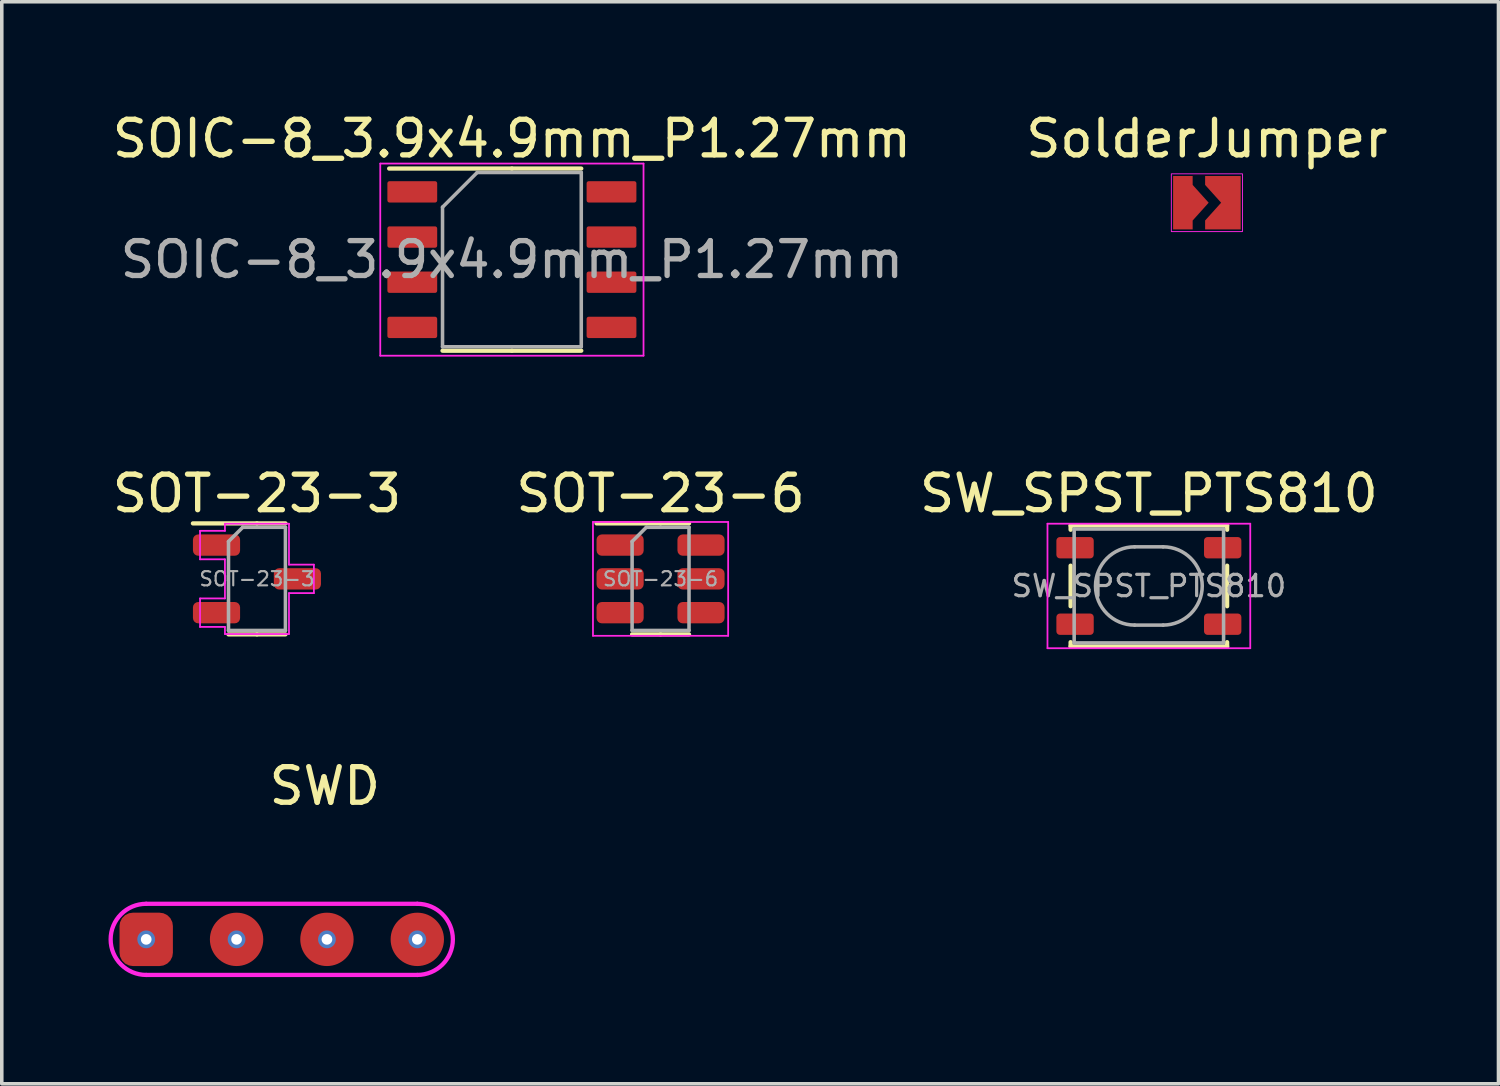
<source format=kicad_pcb>
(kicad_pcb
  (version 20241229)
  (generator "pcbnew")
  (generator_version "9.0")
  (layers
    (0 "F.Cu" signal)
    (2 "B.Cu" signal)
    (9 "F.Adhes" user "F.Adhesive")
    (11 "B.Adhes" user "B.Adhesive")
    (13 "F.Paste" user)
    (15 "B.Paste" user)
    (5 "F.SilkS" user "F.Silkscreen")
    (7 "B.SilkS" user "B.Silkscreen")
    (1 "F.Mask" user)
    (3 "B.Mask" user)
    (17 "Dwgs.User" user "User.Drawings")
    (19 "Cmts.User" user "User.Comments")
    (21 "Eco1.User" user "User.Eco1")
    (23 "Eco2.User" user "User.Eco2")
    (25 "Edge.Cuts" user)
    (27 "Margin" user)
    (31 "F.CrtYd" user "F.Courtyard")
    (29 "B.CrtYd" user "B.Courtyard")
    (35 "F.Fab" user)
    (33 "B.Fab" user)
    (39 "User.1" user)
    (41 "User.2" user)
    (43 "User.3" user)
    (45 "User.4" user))
  (footprint "SWD"
    (layer "F.Cu")
    (at 4.87 23.355)
    (property "Reference" "SWD" (at 1.21 -4.31 0) (unlocked yes) (layer "F.SilkS") (effects (font (size 1 1) (thickness 0.15))))
    (fp_line (start -3.81 -1) (end 3.81 -1) (stroke (width 0.12) (type default)) (layer "F.CrtYd"))
    (fp_line (start 3.81 1) (end -3.81 1) (stroke (width 0.12) (type default)) (layer "F.CrtYd"))
    (fp_arc (start -3.81 1) (mid -4.81 0) (end -3.81 -1) (stroke (width 0.12) (type default)) (layer "F.CrtYd"))
    (fp_arc (start 3.81 -1) (mid 4.81 0) (end 3.81 1) (stroke (width 0.12) (type default)) (layer "F.CrtYd"))
    (pad "1" thru_hole circle (at -3.81 0) (size 0.5 0.5) (drill 0.3) (layers "*.Cu" "F.Mask"))
    (pad "1" smd roundrect (at -3.81 0) (size 1.5 1.5) (layers "F.Cu" "F.Mask") (roundrect_rratio 0.25))
    (pad "2" thru_hole circle (at -1.27 0) (size 0.5 0.5) (drill 0.3) (layers "*.Cu" "F.Mask"))
    (pad "2" smd circle (at -1.27 0) (size 1.5 1.5) (layers "F.Cu" "F.Mask"))
    (pad "3" thru_hole circle (at 1.27 0) (size 0.5 0.5) (drill 0.3) (layers "*.Cu" "F.Mask"))
    (pad "3" smd circle (at 1.27 0) (size 1.5 1.5) (layers "F.Cu" "F.Mask"))
    (pad "4" thru_hole circle (at 3.81 0) (size 0.5 0.5) (drill 0.3) (layers "*.Cu" "F.Mask"))
    (pad "4" smd circle (at 3.81 0) (size 1.5 1.5) (layers "F.Cu" "F.Mask")))
  (footprint "SW_SPST_PTS810"
    (layer "F.Cu")
    (at 29.244 13.421)
    (property "Reference" "SW_SPST_PTS810" (at 0 -2.6 0) (layer "F.SilkS") (effects (font (size 1 1) (thickness 0.15))))
    (attr smd)
    (fp_line (start -2.2 -1.7) (end -2.2 -1.58) (stroke (width 0.12) (type solid)) (layer "F.SilkS"))
    (fp_line (start -2.2 -0.57) (end -2.2 0.57) (stroke (width 0.12) (type solid)) (layer "F.SilkS"))
    (fp_line (start -2.2 1.58) (end -2.2 1.7) (stroke (width 0.12) (type solid)) (layer "F.SilkS"))
    (fp_line (start -2.2 1.7) (end 2.2 1.7) (stroke (width 0.12) (type solid)) (layer "F.SilkS"))
    (fp_line (start 2.2 -1.7) (end -2.2 -1.7) (stroke (width 0.12) (type solid)) (layer "F.SilkS"))
    (fp_line (start 2.2 -1.58) (end 2.2 -1.7) (stroke (width 0.12) (type solid)) (layer "F.SilkS"))
    (fp_line (start 2.2 0.57) (end 2.2 -0.57) (stroke (width 0.12) (type solid)) (layer "F.SilkS"))
    (fp_line (start 2.2 1.7) (end 2.2 1.58) (stroke (width 0.12) (type solid)) (layer "F.SilkS"))
    (fp_line (start -2.85 -1.75) (end 2.85 -1.75) (stroke (width 0.05) (type solid)) (layer "F.CrtYd"))
    (fp_line (start -2.85 1.75) (end -2.85 -1.75) (stroke (width 0.05) (type solid)) (layer "F.CrtYd"))
    (fp_line (start 2.85 -1.75) (end 2.85 1.75) (stroke (width 0.05) (type solid)) (layer "F.CrtYd"))
    (fp_line (start 2.85 1.75) (end -2.85 1.75) (stroke (width 0.05) (type solid)) (layer "F.CrtYd"))
    (fp_line (start -2.1 -1.6) (end -2.1 1.6) (stroke (width 0.1) (type solid)) (layer "F.Fab"))
    (fp_line (start -2.1 1.6) (end 2.1 1.6) (stroke (width 0.1) (type solid)) (layer "F.Fab"))
    (fp_line (start -0.4 -1.1) (end 0.4 -1.1) (stroke (width 0.1) (type solid)) (layer "F.Fab"))
    (fp_line (start 0.4 1.1) (end -0.4 1.1) (stroke (width 0.1) (type solid)) (layer "F.Fab"))
    (fp_line (start 2.1 -1.6) (end -2.1 -1.6) (stroke (width 0.1) (type solid)) (layer "F.Fab"))
    (fp_line (start 2.1 1.6) (end 2.1 -1.6) (stroke (width 0.1) (type solid)) (layer "F.Fab"))
    (fp_arc (start -0.4 1.1) (mid -1.5 0) (end -0.4 -1.1) (stroke (width 0.1) (type solid)) (layer "F.Fab"))
    (fp_arc (start 0.4 -1.1) (mid 1.5 0) (end 0.4 1.1) (stroke (width 0.1) (type solid)) (layer "F.Fab"))
    (fp_text user "${REFERENCE}" (at 0 0 0) (layer "F.Fab") (effects (font (size 0.6 0.6) (thickness 0.09))))
    (pad "1" smd roundrect (at -2.075 -1.075) (size 1.05 0.6) (layers "F.Cu" "F.Mask" "F.Paste") (roundrect_rratio 0.167))
    (pad "1" smd roundrect (at 2.075 -1.075) (size 1.05 0.6) (layers "F.Cu" "F.Mask" "F.Paste") (roundrect_rratio 0.167))
    (pad "2" smd roundrect (at -2.075 1.075) (size 1.05 0.6) (layers "F.Cu" "F.Mask" "F.Paste") (roundrect_rratio 0.167))
    (pad "2" smd roundrect (at 2.075 1.075) (size 1.05 0.6) (layers "F.Cu" "F.Mask" "F.Paste") (roundrect_rratio 0.167)))
  (footprint "SOIC-8_3.9x4.9mm_P1.27mm"
    (layer "F.Cu")
    (at 11.339 4.248)
    (property "Reference" "SOIC-8_3.9x4.9mm_P1.27mm" (at 0 -3.4 0) (layer "F.SilkS") (effects (font (size 1 1) (thickness 0.15))))
    (attr smd)
    (fp_line (start 0 -2.56) (end -3.45 -2.56) (stroke (width 0.12) (type solid)) (layer "F.SilkS"))
    (fp_line (start 0 -2.56) (end 1.95 -2.56) (stroke (width 0.12) (type solid)) (layer "F.SilkS"))
    (fp_line (start 0 2.56) (end -1.95 2.56) (stroke (width 0.12) (type solid)) (layer "F.SilkS"))
    (fp_line (start 0 2.56) (end 1.95 2.56) (stroke (width 0.12) (type solid)) (layer "F.SilkS"))
    (fp_line (start -3.7 -2.7) (end -3.7 2.7) (stroke (width 0.05) (type solid)) (layer "F.CrtYd"))
    (fp_line (start -3.7 2.7) (end 3.7 2.7) (stroke (width 0.05) (type solid)) (layer "F.CrtYd"))
    (fp_line (start 3.7 -2.7) (end -3.7 -2.7) (stroke (width 0.05) (type solid)) (layer "F.CrtYd"))
    (fp_line (start 3.7 2.7) (end 3.7 -2.7) (stroke (width 0.05) (type solid)) (layer "F.CrtYd"))
    (fp_line (start -1.95 -1.475) (end -0.975 -2.45) (stroke (width 0.1) (type solid)) (layer "F.Fab"))
    (fp_line (start -1.95 2.45) (end -1.95 -1.475) (stroke (width 0.1) (type solid)) (layer "F.Fab"))
    (fp_line (start -0.975 -2.45) (end 1.95 -2.45) (stroke (width 0.1) (type solid)) (layer "F.Fab"))
    (fp_line (start 1.95 -2.45) (end 1.95 2.45) (stroke (width 0.1) (type solid)) (layer "F.Fab"))
    (fp_line (start 1.95 2.45) (end -1.95 2.45) (stroke (width 0.1) (type solid)) (layer "F.Fab"))
    (fp_text user "${REFERENCE}" (at 0 0 0) (layer "F.Fab") (effects (font (size 0.98 0.98) (thickness 0.15))))
    (pad "1" smd roundrect (at -2.8 -1.905) (size 1.4 0.6) (layers "F.Cu" "F.Mask" "F.Paste") (roundrect_rratio 0.1))
    (pad "2" smd roundrect (at -2.8 -0.635) (size 1.4 0.6) (layers "F.Cu" "F.Mask" "F.Paste") (roundrect_rratio 0.1))
    (pad "3" smd roundrect (at -2.8 0.635) (size 1.4 0.6) (layers "F.Cu" "F.Mask" "F.Paste") (roundrect_rratio 0.1))
    (pad "4" smd roundrect (at -2.8 1.905) (size 1.4 0.6) (layers "F.Cu" "F.Mask" "F.Paste") (roundrect_rratio 0.1))
    (pad "5" smd roundrect (at 2.8 1.905) (size 1.4 0.6) (layers "F.Cu" "F.Mask" "F.Paste") (roundrect_rratio 0.1))
    (pad "6" smd roundrect (at 2.8 0.635) (size 1.4 0.6) (layers "F.Cu" "F.Mask" "F.Paste") (roundrect_rratio 0.1))
    (pad "7" smd roundrect (at 2.8 -0.635) (size 1.4 0.6) (layers "F.Cu" "F.Mask" "F.Paste") (roundrect_rratio 0.1))
    (pad "8" smd roundrect (at 2.8 -1.905) (size 1.4 0.6) (layers "F.Cu" "F.Mask" "F.Paste") (roundrect_rratio 0.1)))
  (footprint "SolderJumper"
    (layer "F.Cu")
    (at 30.875 2.648)
    (property "Reference" "SolderJumper" (at 0 -1.8 0) (layer "F.SilkS") (effects (font (size 1 1) (thickness 0.15))))
    (attr exclude_from_pos_files exclude_from_bom)
    (fp_rect (start -0.325 -0.075) (end 0.325 0.1) (stroke (width 1) (type solid)) (fill yes) (layer "F.Mask"))
    (fp_rect (start -1 -0.812) (end 1 0.812) (stroke (width 0.025) (type default)) (fill no) (layer "F.CrtYd"))
    (pad "1" smd custom (at -0.65 0) (size 0.3 0.3) (layers "F.Cu") (options (anchor rect)) (primitives (gr_poly (pts (xy 0.7 0) (xy 0.25 0.5) (xy 0.25 0.75) (xy -0.3 0.75) (xy -0.3 -0.75) (xy 0.25 -0.75) (xy 0.25 -0.5)) (width 0) (fill yes))))
    (pad "2" smd custom (at 0.65 0 180) (size 0.3 0.3) (layers "F.Cu") (options (anchor rect)) (primitives (gr_poly (pts (xy 0.25 0) (xy 0.7 0.5) (xy 0.7 0.75) (xy -0.3 0.75) (xy -0.3 -0.75) (xy 0.7 -0.75) (xy 0.7 -0.5)) (width 0) (fill yes)))))
  (footprint "SOT-23-3"
    (layer "F.Cu")
    (at 4.173 13.222)
    (property "Reference" "SOT-23-3" (at 0 -2.4 0) (layer "F.SilkS") (effects (font (size 1 1) (thickness 0.15))))
    (attr smd)
    (fp_line (start 0 -1.56) (end -1.8 -1.56) (stroke (width 0.12) (type solid)) (layer "F.SilkS"))
    (fp_line (start 0 -1.56) (end 0.8 -1.56) (stroke (width 0.12) (type solid)) (layer "F.SilkS"))
    (fp_line (start 0 1.56) (end -0.8 1.56) (stroke (width 0.12) (type solid)) (layer "F.SilkS"))
    (fp_line (start 0 1.56) (end 0.8 1.56) (stroke (width 0.12) (type solid)) (layer "F.SilkS"))
    (fp_line (start -1.6 -1.35) (end -1.6 -0.55) (stroke (width 0.05) (type default)) (layer "F.CrtYd"))
    (fp_line (start -1.6 -0.55) (end -0.9 -0.55) (stroke (width 0.05) (type default)) (layer "F.CrtYd"))
    (fp_line (start -1.6 0.55) (end -1.6 1.35) (stroke (width 0.05) (type default)) (layer "F.CrtYd"))
    (fp_line (start -1.6 1.35) (end -0.9 1.35) (stroke (width 0.05) (type default)) (layer "F.CrtYd"))
    (fp_line (start -0.9 -1.55) (end -0.9 -1.35) (stroke (width 0.05) (type default)) (layer "F.CrtYd"))
    (fp_line (start -0.9 -1.35) (end -1.6 -1.35) (stroke (width 0.05) (type default)) (layer "F.CrtYd"))
    (fp_line (start -0.9 -0.55) (end -0.9 0.55) (stroke (width 0.05) (type default)) (layer "F.CrtYd"))
    (fp_line (start -0.9 0.55) (end -1.6 0.55) (stroke (width 0.05) (type default)) (layer "F.CrtYd"))
    (fp_line (start -0.9 1.35) (end -0.9 1.55) (stroke (width 0.05) (type default)) (layer "F.CrtYd"))
    (fp_line (start -0.9 1.55) (end 0.9 1.55) (stroke (width 0.05) (type default)) (layer "F.CrtYd"))
    (fp_line (start 0.9 -1.55) (end -0.9 -1.55) (stroke (width 0.05) (type default)) (layer "F.CrtYd"))
    (fp_line (start 0.9 -0.4) (end 0.9 -1.55) (stroke (width 0.05) (type default)) (layer "F.CrtYd"))
    (fp_line (start 0.9 0.4) (end 1.6 0.4) (stroke (width 0.05) (type default)) (layer "F.CrtYd"))
    (fp_line (start 0.9 1.55) (end 0.9 0.4) (stroke (width 0.05) (type default)) (layer "F.CrtYd"))
    (fp_line (start 1.6 -0.4) (end 0.9 -0.4) (stroke (width 0.05) (type default)) (layer "F.CrtYd"))
    (fp_line (start 1.6 0.4) (end 1.6 -0.4) (stroke (width 0.05) (type default)) (layer "F.CrtYd"))
    (fp_line (start -0.8 -1.05) (end -0.4 -1.45) (stroke (width 0.1) (type solid)) (layer "F.Fab"))
    (fp_line (start -0.8 1.45) (end -0.8 -1.05) (stroke (width 0.1) (type solid)) (layer "F.Fab"))
    (fp_line (start -0.4 -1.45) (end 0.8 -1.45) (stroke (width 0.1) (type solid)) (layer "F.Fab"))
    (fp_line (start 0.8 -1.45) (end 0.8 1.45) (stroke (width 0.1) (type solid)) (layer "F.Fab"))
    (fp_line (start 0.8 1.45) (end -0.8 1.45) (stroke (width 0.1) (type solid)) (layer "F.Fab"))
    (fp_text user "${REFERENCE}" (at 0 0 0) (layer "F.Fab") (effects (font (size 0.4 0.4) (thickness 0.06))))
    (pad "1" smd roundrect (at -1.137 -0.95) (size 1.325 0.6) (layers "F.Cu" "F.Mask" "F.Paste") (roundrect_rratio 0.25))
    (pad "2" smd roundrect (at -1.137 0.95) (size 1.325 0.6) (layers "F.Cu" "F.Mask" "F.Paste") (roundrect_rratio 0.25))
    (pad "3" smd roundrect (at 1.137 0) (size 1.325 0.6) (layers "F.Cu" "F.Mask" "F.Paste") (roundrect_rratio 0.25)))
  (footprint "SOT-23-6"
    (layer "F.Cu")
    (at 15.518 13.222)
    (property "Reference" "SOT-23-6" (at 0 -2.4 0) (layer "F.SilkS") (effects (font (size 1 1) (thickness 0.15))))
    (attr smd)
    (fp_line (start 0 -1.56) (end -1.8 -1.56) (stroke (width 0.12) (type solid)) (layer "F.SilkS"))
    (fp_line (start 0 -1.56) (end 0.8 -1.56) (stroke (width 0.12) (type solid)) (layer "F.SilkS"))
    (fp_line (start 0 1.56) (end -0.8 1.56) (stroke (width 0.12) (type solid)) (layer "F.SilkS"))
    (fp_line (start 0 1.56) (end 0.8 1.56) (stroke (width 0.12) (type solid)) (layer "F.SilkS"))
    (fp_line (start -1.9 -1.6) (end -1.9 1.6) (stroke (width 0.05) (type solid)) (layer "F.CrtYd"))
    (fp_line (start -1.9 1.6) (end 1.9 1.6) (stroke (width 0.05) (type solid)) (layer "F.CrtYd"))
    (fp_line (start 1.9 -1.6) (end -1.9 -1.6) (stroke (width 0.05) (type solid)) (layer "F.CrtYd"))
    (fp_line (start 1.9 1.6) (end 1.9 -1.6) (stroke (width 0.05) (type solid)) (layer "F.CrtYd"))
    (fp_line (start -0.8 -1.05) (end -0.4 -1.45) (stroke (width 0.1) (type solid)) (layer "F.Fab"))
    (fp_line (start -0.8 1.45) (end -0.8 -1.05) (stroke (width 0.1) (type solid)) (layer "F.Fab"))
    (fp_line (start -0.4 -1.45) (end 0.8 -1.45) (stroke (width 0.1) (type solid)) (layer "F.Fab"))
    (fp_line (start 0.8 -1.45) (end 0.8 1.45) (stroke (width 0.1) (type solid)) (layer "F.Fab"))
    (fp_line (start 0.8 1.45) (end -0.8 1.45) (stroke (width 0.1) (type solid)) (layer "F.Fab"))
    (fp_text user "${REFERENCE}" (at 0 0 0) (layer "F.Fab") (effects (font (size 0.4 0.4) (thickness 0.06))))
    (pad "1" smd roundrect (at -1.137 -0.95) (size 1.325 0.6) (layers "F.Cu" "F.Mask" "F.Paste") (roundrect_rratio 0.25))
    (pad "2" smd roundrect (at -1.137 0) (size 1.325 0.6) (layers "F.Cu" "F.Mask" "F.Paste") (roundrect_rratio 0.25))
    (pad "3" smd roundrect (at -1.137 0.95) (size 1.325 0.6) (layers "F.Cu" "F.Mask" "F.Paste") (roundrect_rratio 0.25))
    (pad "4" smd roundrect (at 1.137 0.95) (size 1.325 0.6) (layers "F.Cu" "F.Mask" "F.Paste") (roundrect_rratio 0.25))
    (pad "5" smd roundrect (at 1.137 0) (size 1.325 0.6) (layers "F.Cu" "F.Mask" "F.Paste") (roundrect_rratio 0.25))
    (pad "6" smd roundrect (at 1.137 -0.95) (size 1.325 0.6) (layers "F.Cu" "F.Mask" "F.Paste") (roundrect_rratio 0.25)))
  (gr_rect
    (start -3 -3)
    (end 39.071 27.415)
    (stroke (width 0.1) (type default))
    (fill no)
    (layer "Edge.Cuts")))
</source>
